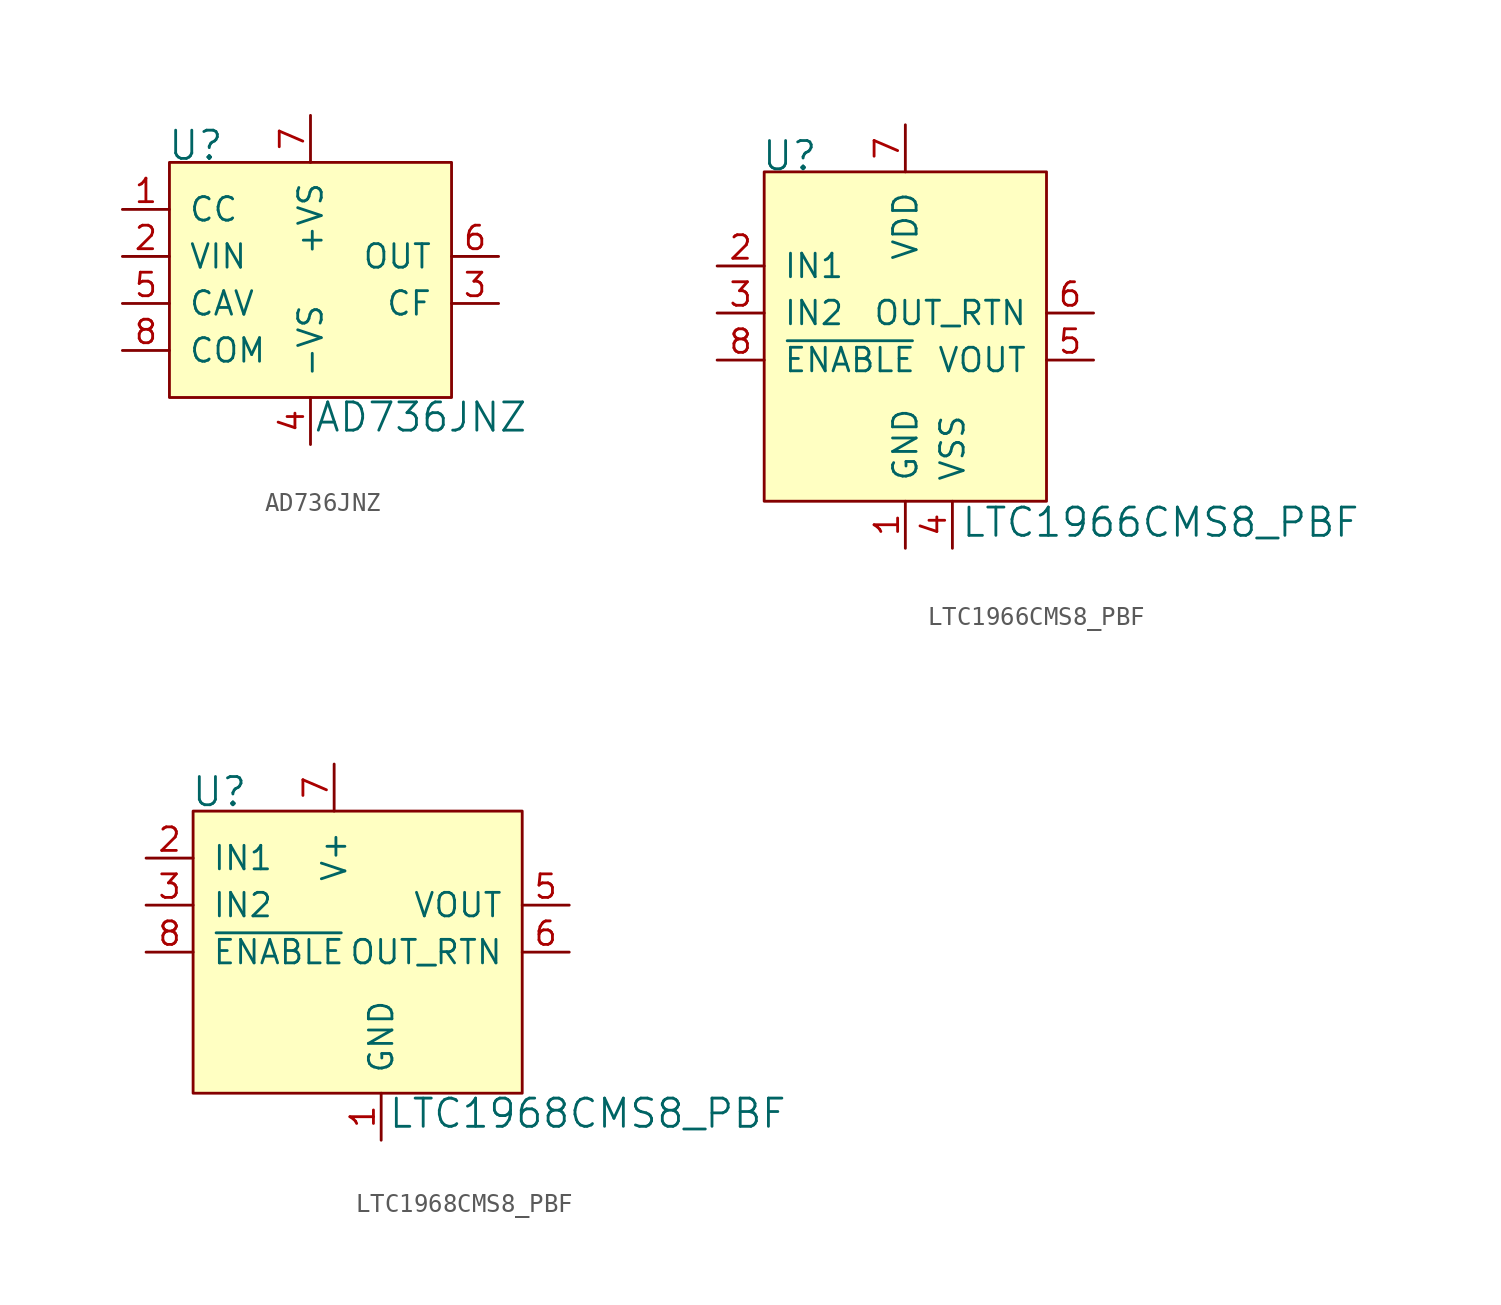
<source format=kicad_sym>
(kicad_symbol_lib
  (version 20220914)
  (generator kicad_symbol_editor)
  (symbol "AD736JNZ"
    (pin_names
      (offset 1.016))
    (property "Reference" "U"
      (at -7.747 5.994 0)
      (effects (font (size 1.524 1.524)) (justify left)))
    (property "Value" "AD736JNZ"
      (at 0.178 -8.687 0)
      (effects (font (size 1.524 1.524)) (justify left)))
    (symbol "AD736JNZ_0_1"
      (rectangle (start -7.62 5.08) (end 7.62 -7.62) (stroke (width 0) (type solid)) (fill (type background))))
    (symbol "AD736JNZ_1_1"
      (pin input line (at -10.16 2.54 0) (length 2.54) (name "CC" (effects (font (size 1.27 1.27)))) (number "1" (effects (font (size 1.27 1.27)))))
      (pin input line (at -10.16 0 0) (length 2.54) (name "VIN" (effects (font (size 1.27 1.27)))) (number "2" (effects (font (size 1.27 1.27)))))
      (pin output line (at 10.16 -2.54 180) (length 2.54) (name "CF" (effects (font (size 1.27 1.27)))) (number "3" (effects (font (size 1.27 1.27)))))
      (pin power_in line (at 0 -10.16 90) (length 2.54) (name "-VS" (effects (font (size 1.27 1.27)))) (number "4" (effects (font (size 1.27 1.27)))))
      (pin passive line (at -10.16 -2.54 0) (length 2.54) (name "CAV" (effects (font (size 1.27 1.27)))) (number "5" (effects (font (size 1.27 1.27)))))
      (pin output line (at 10.16 0 180) (length 2.54) (name "OUT" (effects (font (size 1.27 1.27)))) (number "6" (effects (font (size 1.27 1.27)))))
      (pin power_in line (at 0 7.62 270) (length 2.54) (name "+VS" (effects (font (size 1.27 1.27)))) (number "7" (effects (font (size 1.27 1.27)))))
      (pin input line (at -10.16 -5.08 0) (length 2.54) (name "COM" (effects (font (size 1.27 1.27)))) (number "8" (effects (font (size 1.27 1.27)))))))
  (symbol "LTC1966CMS8_PBF"
    (pin_names
      (offset 1.016))
    (property "Reference" "U"
      (at -10.338 3.404 0)
      (effects (font (size 1.524 1.524)) (justify left)))
    (property "Value" "LTC1966CMS8_PBF"
      (at 0.432 -16.383 0)
      (effects (font (size 1.524 1.524)) (justify left)))
    (symbol "LTC1966CMS8_PBF_0_1"
      (rectangle (start -10.16 2.54) (end 5.08 -15.24) (stroke (width 0) (type solid)) (fill (type background))))
    (symbol "LTC1966CMS8_PBF_1_1"
      (pin power_in line (at -2.54 -17.78 90) (length 2.54) (name "GND" (effects (font (size 1.27 1.27)))) (number "1" (effects (font (size 1.27 1.27)))))
      (pin input line (at -12.7 -2.54 0) (length 2.54) (name "IN1" (effects (font (size 1.27 1.27)))) (number "2" (effects (font (size 1.27 1.27)))))
      (pin input line (at -12.7 -5.08 0) (length 2.54) (name "IN2" (effects (font (size 1.27 1.27)))) (number "3" (effects (font (size 1.27 1.27)))))
      (pin input line (at 0 -17.78 90) (length 2.54) (name "VSS" (effects (font (size 1.27 1.27)))) (number "4" (effects (font (size 1.27 1.27)))))
      (pin power_out line (at 7.62 -7.62 180) (length 2.54) (name "VOUT" (effects (font (size 1.27 1.27)))) (number "5" (effects (font (size 1.27 1.27)))))
      (pin output line (at 7.62 -5.08 180) (length 2.54) (name "OUT_RTN" (effects (font (size 1.27 1.27)))) (number "6" (effects (font (size 1.27 1.27)))))
      (pin input line (at -2.54 5.08 270) (length 2.54) (name "VDD" (effects (font (size 1.27 1.27)))) (number "7" (effects (font (size 1.27 1.27)))))
      (pin input line (at -12.7 -7.62 0) (length 2.54) (name "~{ENABLE}" (effects (font (size 1.27 1.27)))) (number "8" (effects (font (size 1.27 1.27)))))))
  (symbol "LTC1968CMS8_PBF"
    (pin_names
      (offset 1.016))
    (property "Reference" "U"
      (at -10.287 1.041 0)
      (effects (font (size 1.524 1.524)) (justify left)))
    (property "Value" "LTC1968CMS8_PBF"
      (at 0.356 -16.332 0)
      (effects (font (size 1.524 1.524)) (justify left)))
    (symbol "LTC1968CMS8_PBF_0_1"
      (rectangle (start -10.16 0) (end 7.62 -15.24) (stroke (width 0) (type solid)) (fill (type background))))
    (symbol "LTC1968CMS8_PBF_1_1"
      (pin power_in line (at 0 -17.78 90) (length 2.54) (name "GND" (effects (font (size 1.27 1.27)))) (number "1" (effects (font (size 1.27 1.27)))))
      (pin input line (at -12.7 -2.54 0) (length 2.54) (name "IN1" (effects (font (size 1.27 1.27)))) (number "2" (effects (font (size 1.27 1.27)))))
      (pin input line (at -12.7 -5.08 0) (length 2.54) (name "IN2" (effects (font (size 1.27 1.27)))) (number "3" (effects (font (size 1.27 1.27)))))
      (pin no_connect line (at -10.16 -10.16 0) (length 2.54) hide (name "NC" (effects (font (size 1.27 1.27)))) (number "4" (effects (font (size 1.27 1.27)))))
      (pin power_out line (at 10.16 -5.08 180) (length 2.54) (name "VOUT" (effects (font (size 1.27 1.27)))) (number "5" (effects (font (size 1.27 1.27)))))
      (pin output line (at 10.16 -7.62 180) (length 2.54) (name "OUT_RTN" (effects (font (size 1.27 1.27)))) (number "6" (effects (font (size 1.27 1.27)))))
      (pin power_in line (at -2.54 2.54 270) (length 2.54) (name "V+" (effects (font (size 1.27 1.27)))) (number "7" (effects (font (size 1.27 1.27)))))
      (pin input line (at -12.7 -7.62 0) (length 2.54) (name "~{ENABLE}" (effects (font (size 1.27 1.27)))) (number "8" (effects (font (size 1.27 1.27))))))))
</source>
